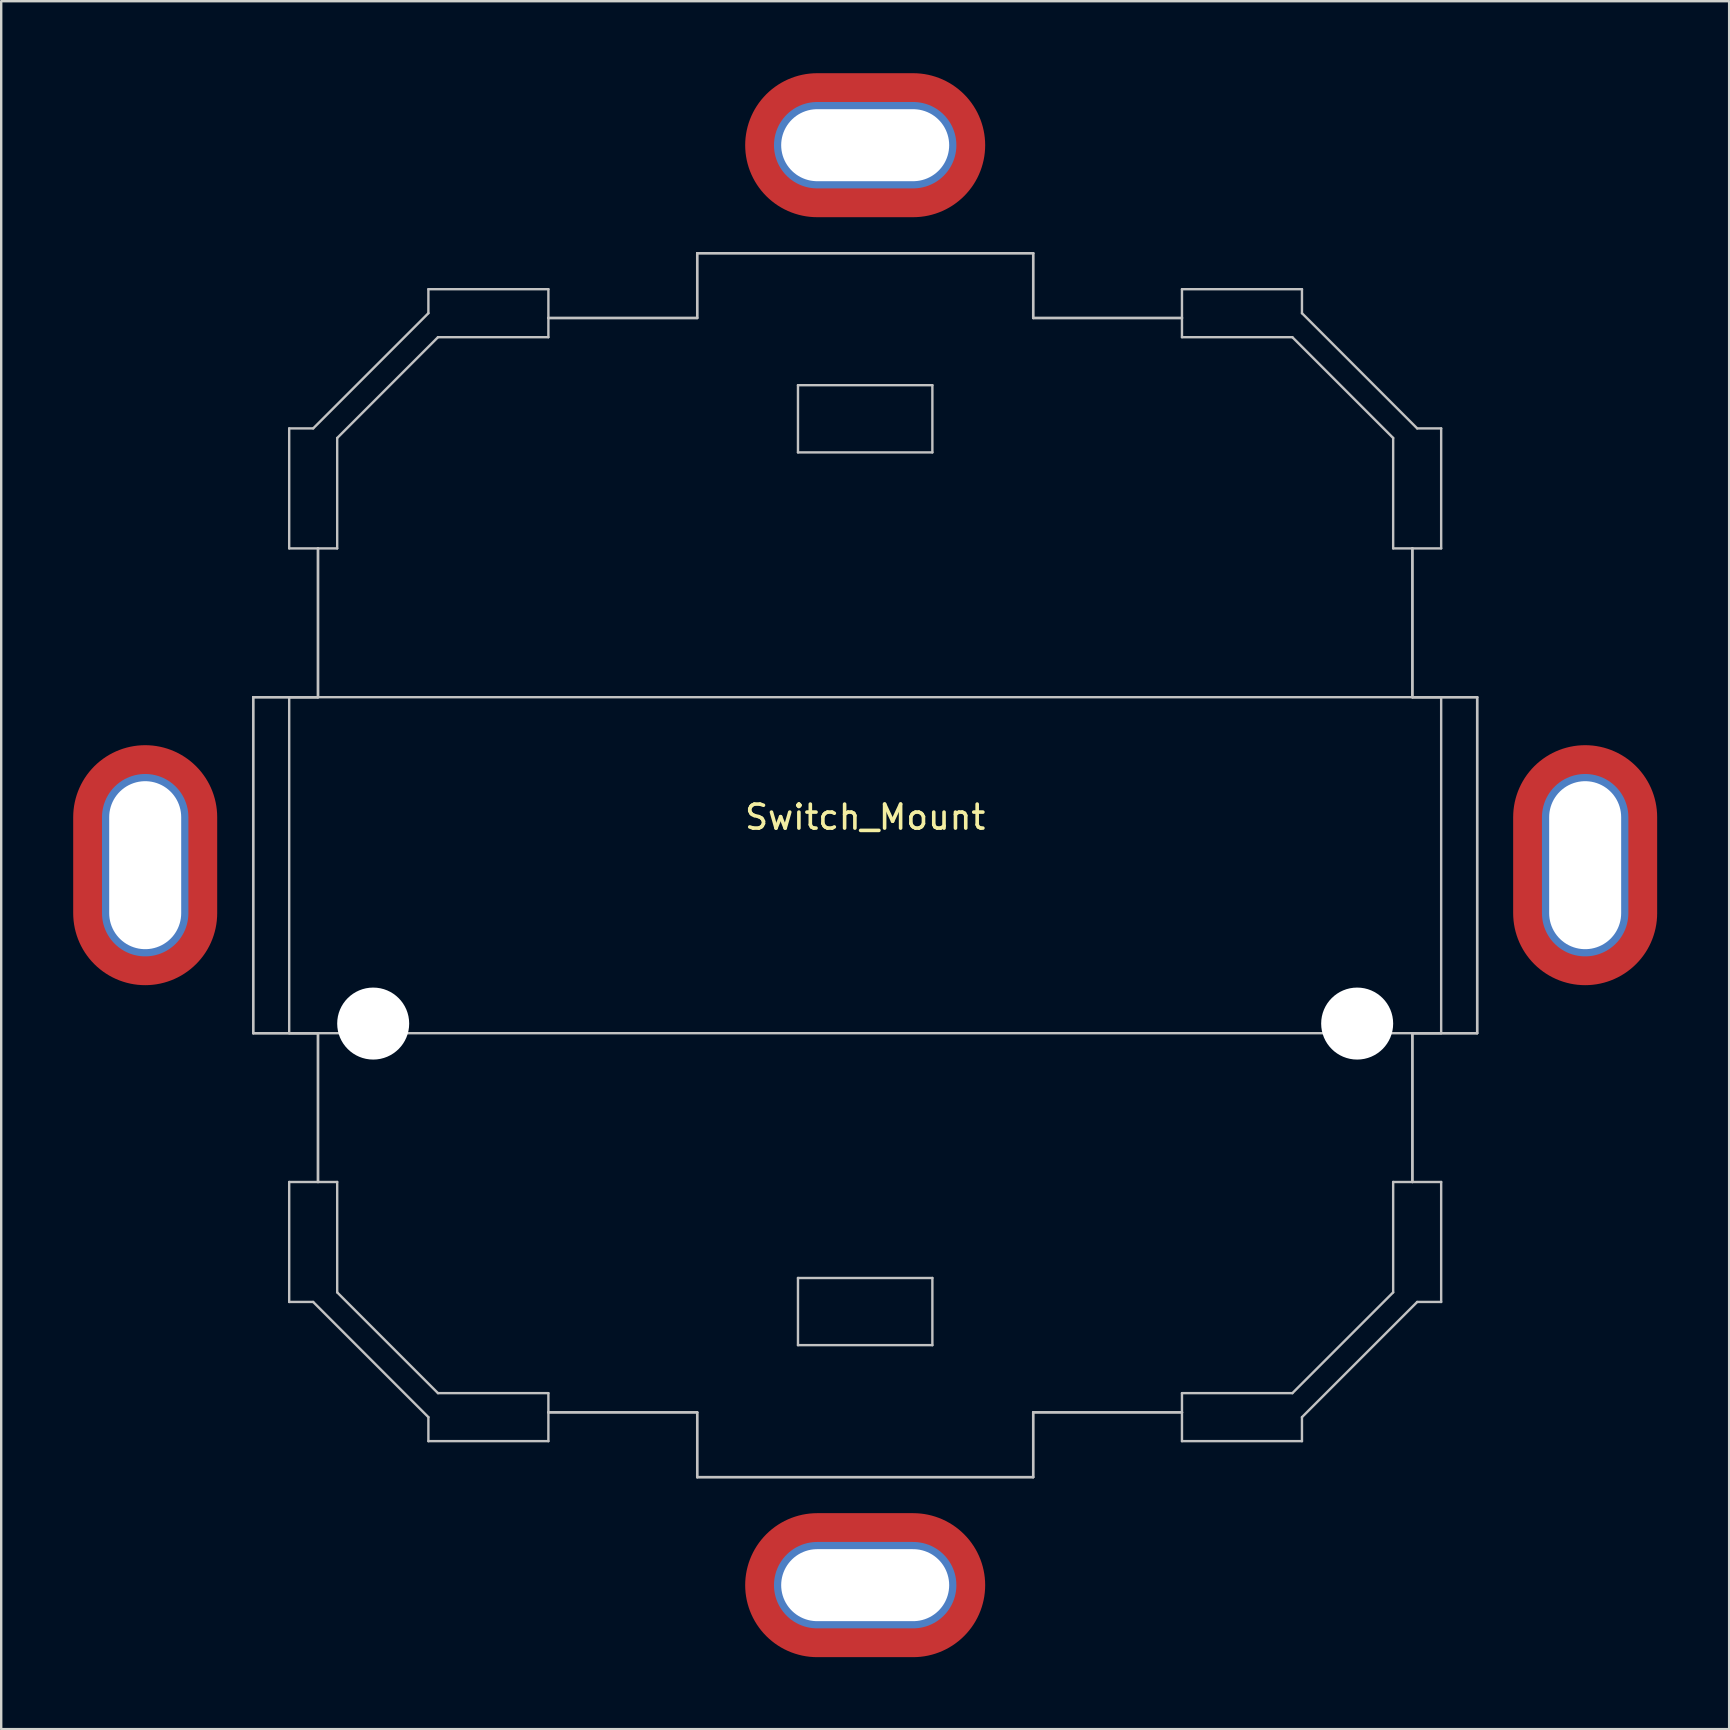
<source format=kicad_pcb>
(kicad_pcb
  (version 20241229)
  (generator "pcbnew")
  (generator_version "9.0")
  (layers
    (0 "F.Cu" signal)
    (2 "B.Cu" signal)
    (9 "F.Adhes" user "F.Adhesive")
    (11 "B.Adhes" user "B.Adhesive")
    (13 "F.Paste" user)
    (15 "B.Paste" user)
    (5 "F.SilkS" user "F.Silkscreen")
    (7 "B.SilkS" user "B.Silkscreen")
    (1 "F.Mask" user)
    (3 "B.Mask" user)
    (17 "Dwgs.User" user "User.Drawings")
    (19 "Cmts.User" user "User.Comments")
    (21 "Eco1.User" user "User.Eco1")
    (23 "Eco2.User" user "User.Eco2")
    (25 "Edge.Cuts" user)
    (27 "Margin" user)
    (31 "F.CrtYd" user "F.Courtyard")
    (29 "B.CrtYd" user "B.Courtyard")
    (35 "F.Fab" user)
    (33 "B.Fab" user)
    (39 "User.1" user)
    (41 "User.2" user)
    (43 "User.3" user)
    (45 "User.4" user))
  (footprint "Switch_Mount"
    (layer "F.Cu")
    (at 33 33)
    (property "Reference" "Switch_Mount" (at 0 -2 0) (layer "F.SilkS") (effects (font (size 1 1) (thickness 0.15))))
    (attr through_hole)
    (fp_line (start -25.5 -7) (end -22.8 -7) (stroke (width 0.1) (type solid)) (layer "Dwgs.User"))
    (fp_line (start -25.5 -7) (end -22.8 -7) (stroke (width 0.1) (type solid)) (layer "Dwgs.User"))
    (fp_line (start -25.5 7) (end -25.5 -7) (stroke (width 0.1) (type solid)) (layer "Dwgs.User"))
    (fp_line (start -25.5 7) (end -25.5 -7) (stroke (width 0.1) (type solid)) (layer "Dwgs.User"))
    (fp_line (start -24 -18.2) (end -23 -18.2) (stroke (width 0.1) (type solid)) (layer "Dwgs.User"))
    (fp_line (start -24 -13.2) (end -24 -18.2) (stroke (width 0.1) (type solid)) (layer "Dwgs.User"))
    (fp_line (start -24 -7) (end 24 -7) (stroke (width 0.1) (type solid)) (layer "Dwgs.User"))
    (fp_line (start -24 7) (end -24 -7) (stroke (width 0.1) (type solid)) (layer "Dwgs.User"))
    (fp_line (start -24 13.2) (end -22.8 13.2) (stroke (width 0.1) (type solid)) (layer "Dwgs.User"))
    (fp_line (start -24 18.2) (end -24 13.2) (stroke (width 0.1) (type solid)) (layer "Dwgs.User"))
    (fp_line (start -23 -18.2) (end -18.2 -23) (stroke (width 0.1) (type solid)) (layer "Dwgs.User"))
    (fp_line (start -23 18.2) (end -24 18.2) (stroke (width 0.1) (type solid)) (layer "Dwgs.User"))
    (fp_line (start -22.8 -13.2) (end -24 -13.2) (stroke (width 0.1) (type solid)) (layer "Dwgs.User"))
    (fp_line (start -22.8 -13.2) (end -22 -13.2) (stroke (width 0.1) (type solid)) (layer "Dwgs.User"))
    (fp_line (start -22.8 -7) (end -22.8 -13.2) (stroke (width 0.1) (type solid)) (layer "Dwgs.User"))
    (fp_line (start -22.8 -7) (end -22.8 -13.2) (stroke (width 0.1) (type solid)) (layer "Dwgs.User"))
    (fp_line (start -22.8 7) (end -25.5 7) (stroke (width 0.1) (type solid)) (layer "Dwgs.User"))
    (fp_line (start -22.8 7) (end -25.5 7) (stroke (width 0.1) (type solid)) (layer "Dwgs.User"))
    (fp_line (start -22.8 13.2) (end -22.8 7) (stroke (width 0.1) (type solid)) (layer "Dwgs.User"))
    (fp_line (start -22.8 13.2) (end -22.8 7) (stroke (width 0.1) (type solid)) (layer "Dwgs.User"))
    (fp_line (start -22 -17.8) (end -17.8 -22) (stroke (width 0.1) (type solid)) (layer "Dwgs.User"))
    (fp_line (start -22 -13.2) (end -22 -17.8) (stroke (width 0.1) (type solid)) (layer "Dwgs.User"))
    (fp_line (start -22 13.2) (end -22.8 13.2) (stroke (width 0.1) (type solid)) (layer "Dwgs.User"))
    (fp_line (start -22 17.8) (end -22 13.2) (stroke (width 0.1) (type solid)) (layer "Dwgs.User"))
    (fp_line (start -18.2 -24) (end -13.2 -24) (stroke (width 0.1) (type solid)) (layer "Dwgs.User"))
    (fp_line (start -18.2 -23) (end -18.2 -24) (stroke (width 0.1) (type solid)) (layer "Dwgs.User"))
    (fp_line (start -18.2 23) (end -23 18.2) (stroke (width 0.1) (type solid)) (layer "Dwgs.User"))
    (fp_line (start -18.2 24) (end -18.2 23) (stroke (width 0.1) (type solid)) (layer "Dwgs.User"))
    (fp_line (start -17.8 -22) (end -13.2 -22) (stroke (width 0.1) (type solid)) (layer "Dwgs.User"))
    (fp_line (start -17.8 22) (end -22 17.8) (stroke (width 0.1) (type solid)) (layer "Dwgs.User"))
    (fp_line (start -13.2 -24) (end -13.2 -22.8) (stroke (width 0.1) (type solid)) (layer "Dwgs.User"))
    (fp_line (start -13.2 -22.8) (end -7 -22.8) (stroke (width 0.1) (type solid)) (layer "Dwgs.User"))
    (fp_line (start -13.2 -22.8) (end -7 -22.8) (stroke (width 0.1) (type solid)) (layer "Dwgs.User"))
    (fp_line (start -13.2 -22) (end -13.2 -22.8) (stroke (width 0.1) (type solid)) (layer "Dwgs.User"))
    (fp_line (start -13.2 22) (end -17.8 22) (stroke (width 0.1) (type solid)) (layer "Dwgs.User"))
    (fp_line (start -13.2 22.8) (end -13.2 22) (stroke (width 0.1) (type solid)) (layer "Dwgs.User"))
    (fp_line (start -13.2 22.8) (end -13.2 24) (stroke (width 0.1) (type solid)) (layer "Dwgs.User"))
    (fp_line (start -13.2 24) (end -18.2 24) (stroke (width 0.1) (type solid)) (layer "Dwgs.User"))
    (fp_line (start -7 -25.5) (end 7 -25.5) (stroke (width 0.1) (type solid)) (layer "Dwgs.User"))
    (fp_line (start -7 -25.5) (end 7 -25.5) (stroke (width 0.1) (type solid)) (layer "Dwgs.User"))
    (fp_line (start -7 -22.8) (end -7 -25.5) (stroke (width 0.1) (type solid)) (layer "Dwgs.User"))
    (fp_line (start -7 -22.8) (end -7 -25.5) (stroke (width 0.1) (type solid)) (layer "Dwgs.User"))
    (fp_line (start -7 22.8) (end -13.2 22.8) (stroke (width 0.1) (type solid)) (layer "Dwgs.User"))
    (fp_line (start -7 22.8) (end -13.2 22.8) (stroke (width 0.1) (type solid)) (layer "Dwgs.User"))
    (fp_line (start -7 25.5) (end -7 22.8) (stroke (width 0.1) (type solid)) (layer "Dwgs.User"))
    (fp_line (start -7 25.5) (end -7 22.8) (stroke (width 0.1) (type solid)) (layer "Dwgs.User"))
    (fp_line (start -2.8 -20) (end 2.8 -20) (stroke (width 0.1) (type solid)) (layer "Dwgs.User"))
    (fp_line (start -2.8 -17.2) (end -2.8 -20) (stroke (width 0.1) (type solid)) (layer "Dwgs.User"))
    (fp_line (start -2.8 17.2) (end -2.8 20) (stroke (width 0.1) (type solid)) (layer "Dwgs.User"))
    (fp_line (start -2.8 20) (end 2.8 20) (stroke (width 0.1) (type solid)) (layer "Dwgs.User"))
    (fp_line (start 2.8 -20) (end 2.8 -17.2) (stroke (width 0.1) (type solid)) (layer "Dwgs.User"))
    (fp_line (start 2.8 -17.2) (end -2.8 -17.2) (stroke (width 0.1) (type solid)) (layer "Dwgs.User"))
    (fp_line (start 2.8 17.2) (end -2.8 17.2) (stroke (width 0.1) (type solid)) (layer "Dwgs.User"))
    (fp_line (start 2.8 20) (end 2.8 17.2) (stroke (width 0.1) (type solid)) (layer "Dwgs.User"))
    (fp_line (start 7 -25.5) (end 7 -22.8) (stroke (width 0.1) (type solid)) (layer "Dwgs.User"))
    (fp_line (start 7 -25.5) (end 7 -22.8) (stroke (width 0.1) (type solid)) (layer "Dwgs.User"))
    (fp_line (start 7 -22.8) (end 13.2 -22.8) (stroke (width 0.1) (type solid)) (layer "Dwgs.User"))
    (fp_line (start 7 -22.8) (end 13.2 -22.8) (stroke (width 0.1) (type solid)) (layer "Dwgs.User"))
    (fp_line (start 7 22.8) (end 7 25.5) (stroke (width 0.1) (type solid)) (layer "Dwgs.User"))
    (fp_line (start 7 22.8) (end 7 25.5) (stroke (width 0.1) (type solid)) (layer "Dwgs.User"))
    (fp_line (start 7 25.5) (end -7 25.5) (stroke (width 0.1) (type solid)) (layer "Dwgs.User"))
    (fp_line (start 7 25.5) (end -7 25.5) (stroke (width 0.1) (type solid)) (layer "Dwgs.User"))
    (fp_line (start 13.2 -24) (end 18.2 -24) (stroke (width 0.1) (type solid)) (layer "Dwgs.User"))
    (fp_line (start 13.2 -22.8) (end 13.2 -24) (stroke (width 0.1) (type solid)) (layer "Dwgs.User"))
    (fp_line (start 13.2 -22.8) (end 13.2 -22) (stroke (width 0.1) (type solid)) (layer "Dwgs.User"))
    (fp_line (start 13.2 -22) (end 17.8 -22) (stroke (width 0.1) (type solid)) (layer "Dwgs.User"))
    (fp_line (start 13.2 22) (end 13.2 22.8) (stroke (width 0.1) (type solid)) (layer "Dwgs.User"))
    (fp_line (start 13.2 22.8) (end 7 22.8) (stroke (width 0.1) (type solid)) (layer "Dwgs.User"))
    (fp_line (start 13.2 22.8) (end 7 22.8) (stroke (width 0.1) (type solid)) (layer "Dwgs.User"))
    (fp_line (start 13.2 24) (end 13.2 22.8) (stroke (width 0.1) (type solid)) (layer "Dwgs.User"))
    (fp_line (start 17.8 -22) (end 22 -17.8) (stroke (width 0.1) (type solid)) (layer "Dwgs.User"))
    (fp_line (start 17.8 22) (end 13.2 22) (stroke (width 0.1) (type solid)) (layer "Dwgs.User"))
    (fp_line (start 18.2 -24) (end 18.2 -23) (stroke (width 0.1) (type solid)) (layer "Dwgs.User"))
    (fp_line (start 18.2 -23) (end 23 -18.2) (stroke (width 0.1) (type solid)) (layer "Dwgs.User"))
    (fp_line (start 18.2 23) (end 18.2 24) (stroke (width 0.1) (type solid)) (layer "Dwgs.User"))
    (fp_line (start 18.2 24) (end 13.2 24) (stroke (width 0.1) (type solid)) (layer "Dwgs.User"))
    (fp_line (start 22 -17.8) (end 22 -13.2) (stroke (width 0.1) (type solid)) (layer "Dwgs.User"))
    (fp_line (start 22 -13.2) (end 22.8 -13.2) (stroke (width 0.1) (type solid)) (layer "Dwgs.User"))
    (fp_line (start 22 13.2) (end 22 17.8) (stroke (width 0.1) (type solid)) (layer "Dwgs.User"))
    (fp_line (start 22 17.8) (end 17.8 22) (stroke (width 0.1) (type solid)) (layer "Dwgs.User"))
    (fp_line (start 22.8 -13.2) (end 22.8 -7) (stroke (width 0.1) (type solid)) (layer "Dwgs.User"))
    (fp_line (start 22.8 -13.2) (end 22.8 -7) (stroke (width 0.1) (type solid)) (layer "Dwgs.User"))
    (fp_line (start 22.8 -7) (end 25.5 -7) (stroke (width 0.1) (type solid)) (layer "Dwgs.User"))
    (fp_line (start 22.8 -7) (end 25.5 -7) (stroke (width 0.1) (type solid)) (layer "Dwgs.User"))
    (fp_line (start 22.8 7) (end 22.8 13.2) (stroke (width 0.1) (type solid)) (layer "Dwgs.User"))
    (fp_line (start 22.8 7) (end 22.8 13.2) (stroke (width 0.1) (type solid)) (layer "Dwgs.User"))
    (fp_line (start 22.8 13.2) (end 22 13.2) (stroke (width 0.1) (type solid)) (layer "Dwgs.User"))
    (fp_line (start 22.8 13.2) (end 24 13.2) (stroke (width 0.1) (type solid)) (layer "Dwgs.User"))
    (fp_line (start 23 -18.2) (end 24 -18.2) (stroke (width 0.1) (type solid)) (layer "Dwgs.User"))
    (fp_line (start 23 18.2) (end 18.2 23) (stroke (width 0.1) (type solid)) (layer "Dwgs.User"))
    (fp_line (start 24 -18.2) (end 24 -13.2) (stroke (width 0.1) (type solid)) (layer "Dwgs.User"))
    (fp_line (start 24 -13.2) (end 22.8 -13.2) (stroke (width 0.1) (type solid)) (layer "Dwgs.User"))
    (fp_line (start 24 -7) (end 24 7) (stroke (width 0.1) (type solid)) (layer "Dwgs.User"))
    (fp_line (start 24 7) (end -24 7) (stroke (width 0.1) (type solid)) (layer "Dwgs.User"))
    (fp_line (start 24 13.2) (end 24 18.2) (stroke (width 0.1) (type solid)) (layer "Dwgs.User"))
    (fp_line (start 24 18.2) (end 23 18.2) (stroke (width 0.1) (type solid)) (layer "Dwgs.User"))
    (fp_line (start 25.5 -7) (end 25.5 7) (stroke (width 0.1) (type solid)) (layer "Dwgs.User"))
    (fp_line (start 25.5 -7) (end 25.5 7) (stroke (width 0.1) (type solid)) (layer "Dwgs.User"))
    (fp_line (start 25.5 7) (end 22.8 7) (stroke (width 0.1) (type solid)) (layer "Dwgs.User"))
    (fp_line (start 25.5 7) (end 22.8 7) (stroke (width 0.1) (type solid)) (layer "Dwgs.User"))
    (pad "" np_thru_hole circle (at -20.5 6.6) (size 3 3) (drill 3) (layers "*.Cu" "*.Mask"))
    (pad "" np_thru_hole circle (at 20.5 6.6) (size 3 3) (drill 3) (layers "*.Cu" "*.Mask"))
    (pad "1" thru_hole oval (at 30 0) (size 3.6 7.6) (drill oval 3 7) (layers "*.Cu" "*.Mask"))
    (pad "1" smd oval (at 30 0) (size 6 10) (layers "F.Cu" "F.Mask"))
    (pad "2" thru_hole oval (at -30 0) (size 3.6 7.6) (drill oval 3 7) (layers "*.Cu" "*.Mask"))
    (pad "2" smd oval (at -30 0) (size 6 10) (layers "F.Cu" "F.Mask"))
    (pad "3" thru_hole oval (at 0 30) (size 7.6 3.6) (drill oval 7 3) (layers "*.Cu" "*.Mask"))
    (pad "3" smd oval (at 0 30) (size 10 6) (layers "F.Cu" "F.Mask"))
    (pad "4" thru_hole oval (at 0 -30) (size 7.6 3.6) (drill oval 7 3) (layers "*.Cu" "*.Mask"))
    (pad "4" smd oval (at 0 -30) (size 10 6) (layers "F.Cu" "F.Mask")))
  (gr_rect
    (start -3 -3)
    (end 69 69)
    (stroke (width 0.1) (type default))
    (fill no)
    (layer "Edge.Cuts")))
</source>
